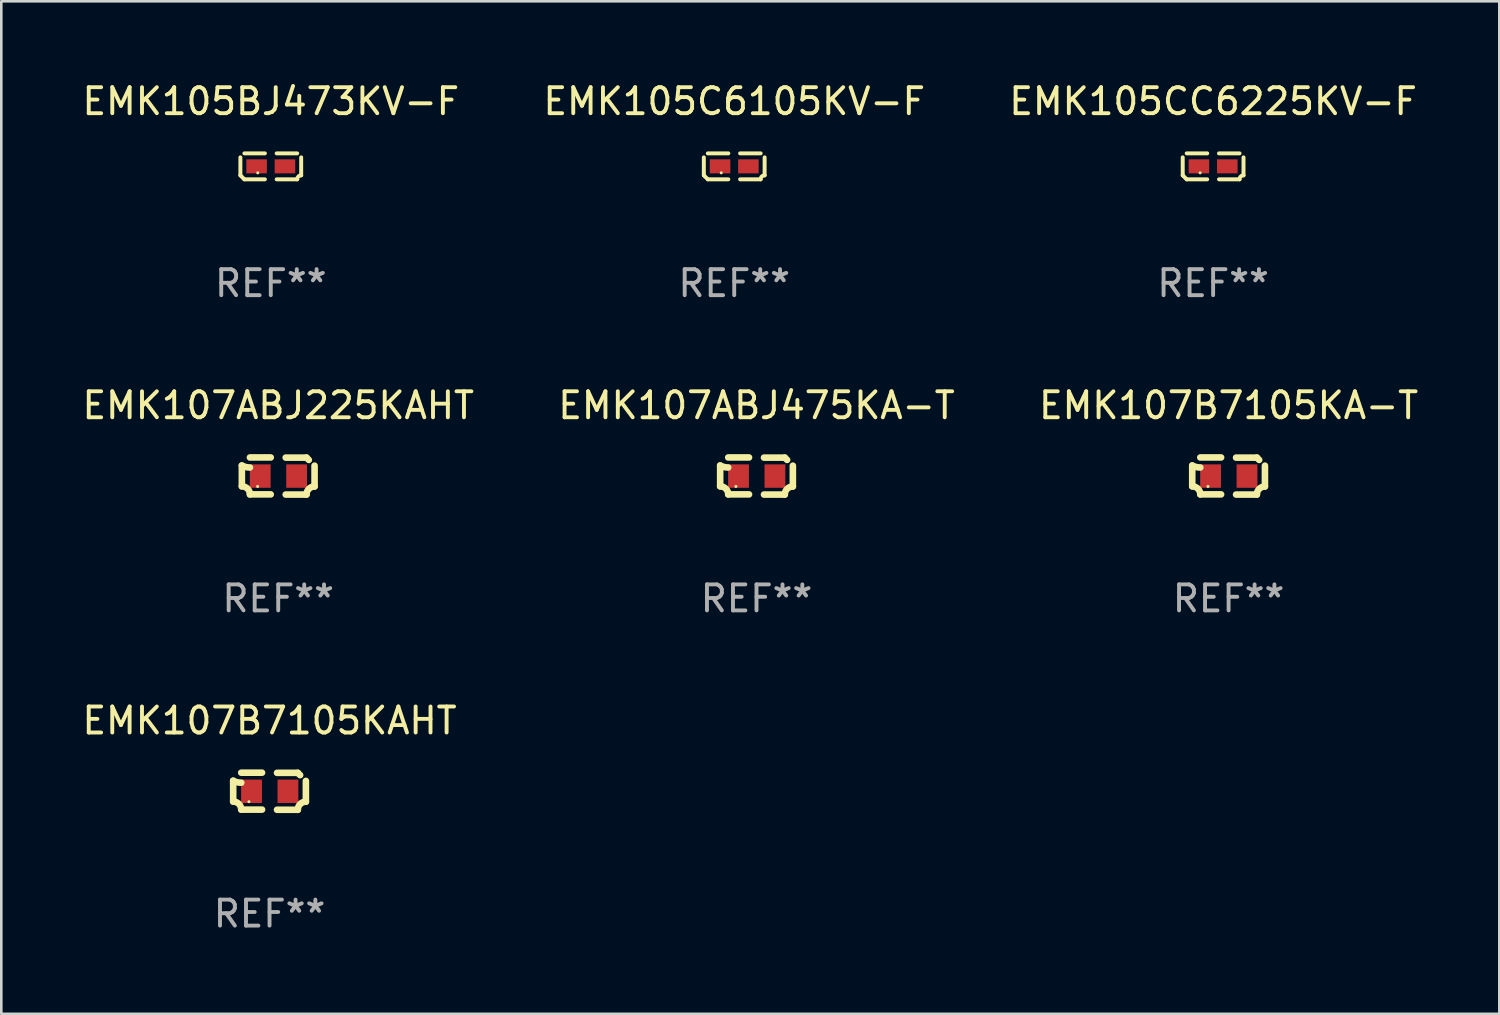
<source format=kicad_pcb>
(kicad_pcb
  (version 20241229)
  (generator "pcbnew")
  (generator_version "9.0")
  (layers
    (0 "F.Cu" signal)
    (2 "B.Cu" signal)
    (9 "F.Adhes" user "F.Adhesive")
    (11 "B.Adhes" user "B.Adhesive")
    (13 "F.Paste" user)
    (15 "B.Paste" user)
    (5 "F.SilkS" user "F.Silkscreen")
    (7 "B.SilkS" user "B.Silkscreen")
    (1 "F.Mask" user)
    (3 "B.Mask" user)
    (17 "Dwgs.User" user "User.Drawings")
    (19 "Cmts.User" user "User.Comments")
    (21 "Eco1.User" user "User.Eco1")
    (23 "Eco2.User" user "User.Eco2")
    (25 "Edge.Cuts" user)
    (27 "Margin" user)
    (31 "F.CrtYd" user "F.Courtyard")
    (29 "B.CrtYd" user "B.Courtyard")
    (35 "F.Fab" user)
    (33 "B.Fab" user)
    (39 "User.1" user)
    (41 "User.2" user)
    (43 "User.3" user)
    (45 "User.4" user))
  (footprint "EMK105BJ473KV-F"
    (layer "F.Cu")
    (at 7.363 3.347)
    (property "Reference" "EMK105BJ473KV-F" (at 0 -2.499 0) (layer "F.SilkS") (effects (font (size 1 1) (thickness 0.15))))
    (attr through_hole)
    (fp_line (start -1.169 0.346) (end -1.169 -0.346) (stroke (width 0.152) (type solid)) (layer "F.SilkS"))
    (fp_line (start -1.016 -0.499) (end -0.226 -0.499) (stroke (width 0.152) (type solid)) (layer "F.SilkS"))
    (fp_line (start -0.226 0.499) (end -1.016 0.499) (stroke (width 0.152) (type solid)) (layer "F.SilkS"))
    (fp_line (start 0.226 0.499) (end 1.016 0.499) (stroke (width 0.152) (type solid)) (layer "F.SilkS"))
    (fp_line (start 1.016 -0.499) (end 0.226 -0.499) (stroke (width 0.152) (type solid)) (layer "F.SilkS"))
    (fp_line (start 1.169 0.346) (end 1.169 -0.346) (stroke (width 0.152) (type solid)) (layer "F.SilkS"))
    (fp_arc (start -1.016307 0.498603) (mid -1.092512 0.422405) (end -1.16871 0.3462) (stroke (width 0.1524) (type solid)) (layer "F.SilkS"))
    (fp_arc (start 1.016307 0.498603) (mid 1.060899 0.390758) (end 1.168707 0.346076) (stroke (width 0.1524) (type solid)) (layer "F.SilkS"))
    (fp_circle (center -0.5 0.25) (end -0.47 0.25) (stroke (width 0.06) (type solid)) (fill no) (layer "F.SilkS"))
    (fp_text user "REF**" (at 0 4.499 0) (layer "F.Fab") (effects (font (size 1 1) (thickness 0.15))))
    (pad "1" smd rect (at -0.545 0) (size 0.79 0.54) (layers "F.Cu" "F.Mask" "F.Paste"))
    (pad "2" smd rect (at 0.545 0) (size 0.79 0.54) (layers "F.Cu" "F.Mask" "F.Paste")))
  (footprint "EMK107B7105KA-T"
    (layer "F.Cu")
    (at 44.196 15.255)
    (property "Reference" "EMK107B7105KA-T" (at 0 -2.713 0) (layer "F.SilkS") (effects (font (size 1 1) (thickness 0.15))))
    (attr through_hole)
    (fp_line (start -1.398 -0.403) (end -1.398 0.397) (stroke (width 0.254) (type solid)) (layer "F.SilkS"))
    (fp_line (start -0.288 -0.713) (end -1.088 -0.713) (stroke (width 0.254) (type solid)) (layer "F.SilkS"))
    (fp_line (start -0.288 0.707) (end -1.088 0.707) (stroke (width 0.254) (type solid)) (layer "F.SilkS"))
    (fp_line (start 0.288 -0.707) (end 1.088 -0.707) (stroke (width 0.254) (type solid)) (layer "F.SilkS"))
    (fp_line (start 0.288 0.713) (end 1.088 0.713) (stroke (width 0.254) (type solid)) (layer "F.SilkS"))
    (fp_line (start 1.398 -0.397) (end 1.398 0.403) (stroke (width 0.254) (type solid)) (layer "F.SilkS"))
    (fp_arc (start -1.397789 0.397066) (mid -1.178701 0.487826) (end -1.08796 0.706922) (stroke (width 0.254001) (type solid)) (layer "F.SilkS"))
    (fp_arc (start -1.08796 -0.327176) (mid -1.247436 -0.346384) (end -1.39779 -0.402908) (stroke (width 0.254001) (type solid)) (layer "F.SilkS"))
    (fp_arc (start 1.087909 0.712738) (mid 1.178656 0.493655) (end 1.397739 0.402908) (stroke (width 0.254001) (type solid)) (layer "F.SilkS"))
    (fp_arc (start 1.175925 -0.618926) (mid 1.131917 -0.662923) (end 1.08791 -0.706922) (stroke (width 0.254001) (type solid)) (layer "F.SilkS"))
    (fp_circle (center -0.792 0.403) (end -0.762 0.403) (stroke (width 0.06) (type solid)) (fill no) (layer "F.SilkS"))
    (fp_text user "REF**" (at 0 4.713 0) (layer "F.Fab") (effects (font (size 1 1) (thickness 0.15))))
    (pad "1" smd rect (at -0.692 0.003) (size 0.8 0.9) (layers "F.Cu" "F.Mask" "F.Paste"))
    (pad "2" smd rect (at 0.708 0.003) (size 0.8 0.9) (layers "F.Cu" "F.Mask" "F.Paste")))
  (footprint "EMK105C6105KV-F"
    (layer "F.Cu")
    (at 25.185 3.347)
    (property "Reference" "EMK105C6105KV-F" (at 0 -2.499 0) (layer "F.SilkS") (effects (font (size 1 1) (thickness 0.15))))
    (attr through_hole)
    (fp_line (start -1.169 0.346) (end -1.169 -0.346) (stroke (width 0.152) (type solid)) (layer "F.SilkS"))
    (fp_line (start -1.016 -0.499) (end -0.226 -0.499) (stroke (width 0.152) (type solid)) (layer "F.SilkS"))
    (fp_line (start -0.226 0.499) (end -1.016 0.499) (stroke (width 0.152) (type solid)) (layer "F.SilkS"))
    (fp_line (start 0.226 0.499) (end 1.016 0.499) (stroke (width 0.152) (type solid)) (layer "F.SilkS"))
    (fp_line (start 1.016 -0.499) (end 0.226 -0.499) (stroke (width 0.152) (type solid)) (layer "F.SilkS"))
    (fp_line (start 1.169 0.346) (end 1.169 -0.346) (stroke (width 0.152) (type solid)) (layer "F.SilkS"))
    (fp_arc (start -1.016307 0.498603) (mid -1.092512 0.422405) (end -1.16871 0.3462) (stroke (width 0.1524) (type solid)) (layer "F.SilkS"))
    (fp_arc (start 1.016307 0.498603) (mid 1.060899 0.390758) (end 1.168707 0.346076) (stroke (width 0.1524) (type solid)) (layer "F.SilkS"))
    (fp_circle (center -0.5 0.25) (end -0.47 0.25) (stroke (width 0.06) (type solid)) (fill no) (layer "F.SilkS"))
    (fp_text user "REF**" (at 0 4.499 0) (layer "F.Fab") (effects (font (size 1 1) (thickness 0.15))))
    (pad "1" smd rect (at -0.545 0) (size 0.79 0.54) (layers "F.Cu" "F.Mask" "F.Paste"))
    (pad "2" smd rect (at 0.545 0) (size 0.79 0.54) (layers "F.Cu" "F.Mask" "F.Paste")))
  (footprint "EMK107ABJ475KA-T"
    (layer "F.Cu")
    (at 26.042 15.255)
    (property "Reference" "EMK107ABJ475KA-T" (at 0 -2.713 0) (layer "F.SilkS") (effects (font (size 1 1) (thickness 0.15))))
    (attr through_hole)
    (fp_line (start -1.398 -0.403) (end -1.398 0.397) (stroke (width 0.254) (type solid)) (layer "F.SilkS"))
    (fp_line (start -0.288 -0.713) (end -1.088 -0.713) (stroke (width 0.254) (type solid)) (layer "F.SilkS"))
    (fp_line (start -0.288 0.707) (end -1.088 0.707) (stroke (width 0.254) (type solid)) (layer "F.SilkS"))
    (fp_line (start 0.288 -0.707) (end 1.088 -0.707) (stroke (width 0.254) (type solid)) (layer "F.SilkS"))
    (fp_line (start 0.288 0.713) (end 1.088 0.713) (stroke (width 0.254) (type solid)) (layer "F.SilkS"))
    (fp_line (start 1.398 -0.397) (end 1.398 0.403) (stroke (width 0.254) (type solid)) (layer "F.SilkS"))
    (fp_arc (start -1.397789 0.397066) (mid -1.178701 0.487826) (end -1.08796 0.706922) (stroke (width 0.254001) (type solid)) (layer "F.SilkS"))
    (fp_arc (start -1.08796 -0.327176) (mid -1.247436 -0.346384) (end -1.39779 -0.402908) (stroke (width 0.254001) (type solid)) (layer "F.SilkS"))
    (fp_arc (start 1.087909 0.712738) (mid 1.178656 0.493655) (end 1.397739 0.402908) (stroke (width 0.254001) (type solid)) (layer "F.SilkS"))
    (fp_arc (start 1.175925 -0.618926) (mid 1.131917 -0.662923) (end 1.08791 -0.706922) (stroke (width 0.254001) (type solid)) (layer "F.SilkS"))
    (fp_circle (center -0.792 0.403) (end -0.762 0.403) (stroke (width 0.06) (type solid)) (fill no) (layer "F.SilkS"))
    (fp_text user "REF**" (at 0 4.713 0) (layer "F.Fab") (effects (font (size 1 1) (thickness 0.15))))
    (pad "1" smd rect (at -0.692 0.003) (size 0.8 0.9) (layers "F.Cu" "F.Mask" "F.Paste"))
    (pad "2" smd rect (at 0.708 0.003) (size 0.8 0.9) (layers "F.Cu" "F.Mask" "F.Paste")))
  (footprint "EMK107ABJ225KAHT"
    (layer "F.Cu")
    (at 7.649 15.255)
    (property "Reference" "EMK107ABJ225KAHT" (at 0 -2.713 0) (layer "F.SilkS") (effects (font (size 1 1) (thickness 0.15))))
    (attr through_hole)
    (fp_line (start -1.398 -0.403) (end -1.398 0.397) (stroke (width 0.254) (type solid)) (layer "F.SilkS"))
    (fp_line (start -0.288 -0.713) (end -1.088 -0.713) (stroke (width 0.254) (type solid)) (layer "F.SilkS"))
    (fp_line (start -0.288 0.707) (end -1.088 0.707) (stroke (width 0.254) (type solid)) (layer "F.SilkS"))
    (fp_line (start 0.288 -0.707) (end 1.088 -0.707) (stroke (width 0.254) (type solid)) (layer "F.SilkS"))
    (fp_line (start 0.288 0.713) (end 1.088 0.713) (stroke (width 0.254) (type solid)) (layer "F.SilkS"))
    (fp_line (start 1.398 -0.397) (end 1.398 0.403) (stroke (width 0.254) (type solid)) (layer "F.SilkS"))
    (fp_arc (start -1.397789 0.397066) (mid -1.178701 0.487826) (end -1.08796 0.706922) (stroke (width 0.254001) (type solid)) (layer "F.SilkS"))
    (fp_arc (start -1.08796 -0.327176) (mid -1.247436 -0.346384) (end -1.39779 -0.402908) (stroke (width 0.254001) (type solid)) (layer "F.SilkS"))
    (fp_arc (start 1.087909 0.712738) (mid 1.178656 0.493655) (end 1.397739 0.402908) (stroke (width 0.254001) (type solid)) (layer "F.SilkS"))
    (fp_arc (start 1.175925 -0.618926) (mid 1.131917 -0.662923) (end 1.08791 -0.706922) (stroke (width 0.254001) (type solid)) (layer "F.SilkS"))
    (fp_circle (center -0.792 0.403) (end -0.762 0.403) (stroke (width 0.06) (type solid)) (fill no) (layer "F.SilkS"))
    (fp_text user "REF**" (at 0 4.713 0) (layer "F.Fab") (effects (font (size 1 1) (thickness 0.15))))
    (pad "1" smd rect (at -0.692 0.003) (size 0.8 0.9) (layers "F.Cu" "F.Mask" "F.Paste"))
    (pad "2" smd rect (at 0.708 0.003) (size 0.8 0.9) (layers "F.Cu" "F.Mask" "F.Paste")))
  (footprint "EMK107B7105KAHT"
    (layer "F.Cu")
    (at 7.315 27.377)
    (property "Reference" "EMK107B7105KAHT" (at 0 -2.713 0) (layer "F.SilkS") (effects (font (size 1 1) (thickness 0.15))))
    (attr through_hole)
    (fp_line (start -1.398 -0.403) (end -1.398 0.397) (stroke (width 0.254) (type solid)) (layer "F.SilkS"))
    (fp_line (start -0.288 -0.713) (end -1.088 -0.713) (stroke (width 0.254) (type solid)) (layer "F.SilkS"))
    (fp_line (start -0.288 0.707) (end -1.088 0.707) (stroke (width 0.254) (type solid)) (layer "F.SilkS"))
    (fp_line (start 0.288 -0.707) (end 1.088 -0.707) (stroke (width 0.254) (type solid)) (layer "F.SilkS"))
    (fp_line (start 0.288 0.713) (end 1.088 0.713) (stroke (width 0.254) (type solid)) (layer "F.SilkS"))
    (fp_line (start 1.398 -0.397) (end 1.398 0.403) (stroke (width 0.254) (type solid)) (layer "F.SilkS"))
    (fp_arc (start -1.397789 0.397066) (mid -1.178701 0.487826) (end -1.08796 0.706922) (stroke (width 0.254001) (type solid)) (layer "F.SilkS"))
    (fp_arc (start -1.08796 -0.327176) (mid -1.247436 -0.346384) (end -1.39779 -0.402908) (stroke (width 0.254001) (type solid)) (layer "F.SilkS"))
    (fp_arc (start 1.087909 0.712738) (mid 1.178656 0.493655) (end 1.397739 0.402908) (stroke (width 0.254001) (type solid)) (layer "F.SilkS"))
    (fp_arc (start 1.175925 -0.618926) (mid 1.131917 -0.662923) (end 1.08791 -0.706922) (stroke (width 0.254001) (type solid)) (layer "F.SilkS"))
    (fp_circle (center -0.792 0.403) (end -0.762 0.403) (stroke (width 0.06) (type solid)) (fill no) (layer "F.SilkS"))
    (fp_text user "REF**" (at 0 4.713 0) (layer "F.Fab") (effects (font (size 1 1) (thickness 0.15))))
    (pad "1" smd rect (at -0.692 0.003) (size 0.8 0.9) (layers "F.Cu" "F.Mask" "F.Paste"))
    (pad "2" smd rect (at 0.708 0.003) (size 0.8 0.9) (layers "F.Cu" "F.Mask" "F.Paste")))
  (footprint "EMK105CC6225KV-F"
    (layer "F.Cu")
    (at 43.601 3.347)
    (property "Reference" "EMK105CC6225KV-F" (at 0 -2.499 0) (layer "F.SilkS") (effects (font (size 1 1) (thickness 0.15))))
    (attr through_hole)
    (fp_line (start -1.169 0.346) (end -1.169 -0.346) (stroke (width 0.152) (type solid)) (layer "F.SilkS"))
    (fp_line (start -1.016 -0.499) (end -0.226 -0.499) (stroke (width 0.152) (type solid)) (layer "F.SilkS"))
    (fp_line (start -0.226 0.499) (end -1.016 0.499) (stroke (width 0.152) (type solid)) (layer "F.SilkS"))
    (fp_line (start 0.226 0.499) (end 1.016 0.499) (stroke (width 0.152) (type solid)) (layer "F.SilkS"))
    (fp_line (start 1.016 -0.499) (end 0.226 -0.499) (stroke (width 0.152) (type solid)) (layer "F.SilkS"))
    (fp_line (start 1.169 0.346) (end 1.169 -0.346) (stroke (width 0.152) (type solid)) (layer "F.SilkS"))
    (fp_arc (start -1.016307 0.498603) (mid -1.092512 0.422405) (end -1.16871 0.3462) (stroke (width 0.1524) (type solid)) (layer "F.SilkS"))
    (fp_arc (start 1.016307 0.498603) (mid 1.060899 0.390758) (end 1.168707 0.346076) (stroke (width 0.1524) (type solid)) (layer "F.SilkS"))
    (fp_circle (center -0.5 0.25) (end -0.47 0.25) (stroke (width 0.06) (type solid)) (fill no) (layer "F.SilkS"))
    (fp_text user "REF**" (at 0 4.499 0) (layer "F.Fab") (effects (font (size 1 1) (thickness 0.15))))
    (pad "1" smd rect (at -0.545 0) (size 0.79 0.54) (layers "F.Cu" "F.Mask" "F.Paste"))
    (pad "2" smd rect (at 0.545 0) (size 0.79 0.54) (layers "F.Cu" "F.Mask" "F.Paste")))
  (gr_rect
    (start -3 -3)
    (end 54.607 35.938)
    (stroke (width 0.1) (type default))
    (fill no)
    (layer "Edge.Cuts")))
</source>
